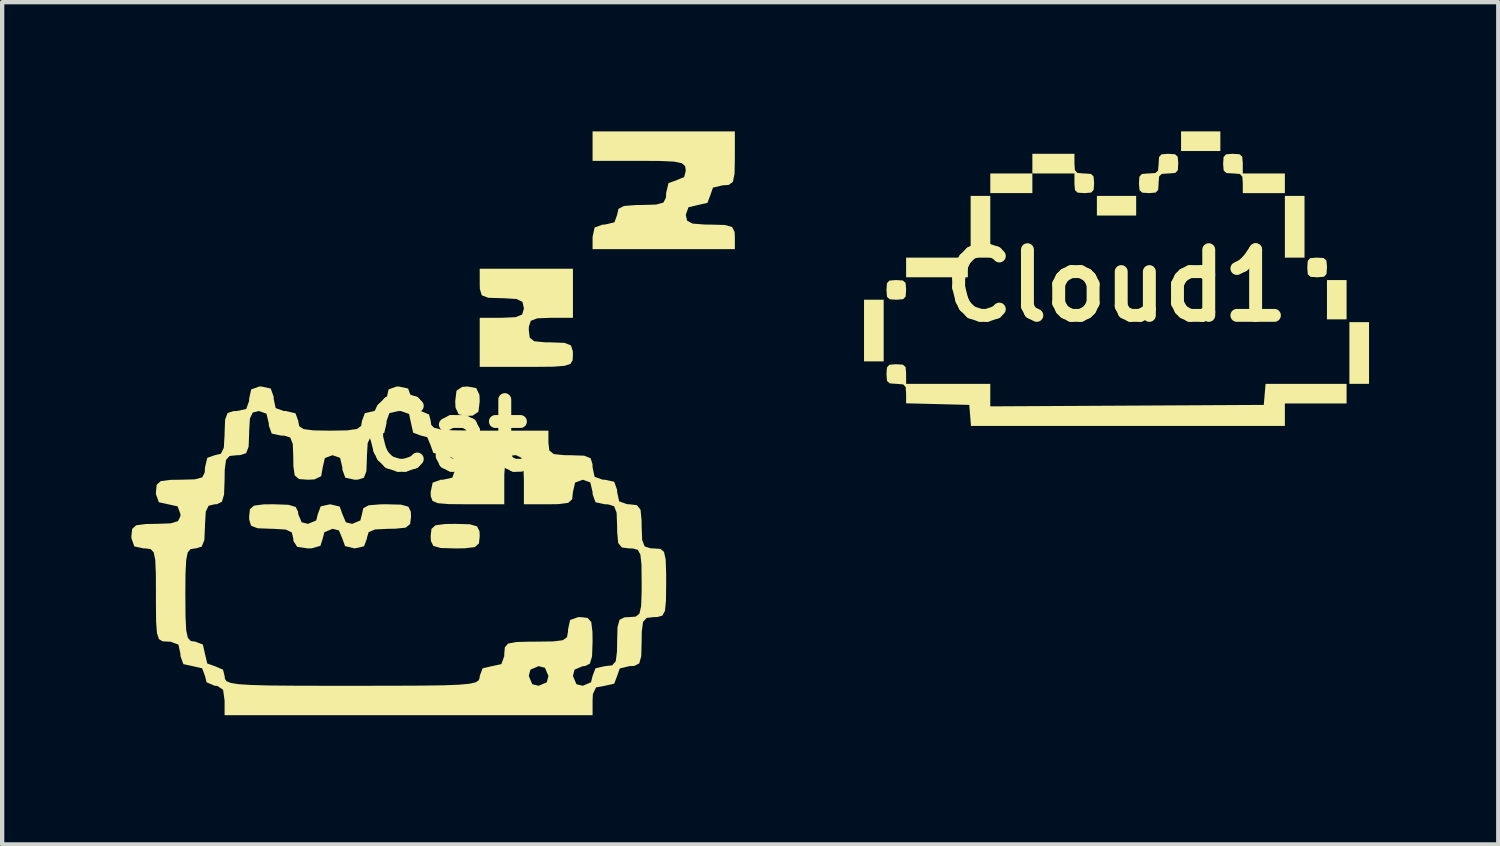
<source format=kicad_pcb>
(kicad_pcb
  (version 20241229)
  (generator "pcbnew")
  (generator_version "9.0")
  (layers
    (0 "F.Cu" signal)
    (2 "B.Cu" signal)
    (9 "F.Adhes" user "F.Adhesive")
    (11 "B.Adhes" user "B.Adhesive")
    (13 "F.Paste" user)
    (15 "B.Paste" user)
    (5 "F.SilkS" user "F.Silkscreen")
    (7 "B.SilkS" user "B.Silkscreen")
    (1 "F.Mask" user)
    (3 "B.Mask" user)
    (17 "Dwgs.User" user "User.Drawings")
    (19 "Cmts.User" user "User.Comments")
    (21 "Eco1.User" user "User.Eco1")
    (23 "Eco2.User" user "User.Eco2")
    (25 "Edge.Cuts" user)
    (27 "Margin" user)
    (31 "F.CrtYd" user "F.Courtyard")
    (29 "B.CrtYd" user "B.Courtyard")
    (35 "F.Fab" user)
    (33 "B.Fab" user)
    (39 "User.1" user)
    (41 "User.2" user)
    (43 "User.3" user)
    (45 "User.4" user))
  (footprint "Cat"
    (layer "F.Cu")
    (at 7.29 7.062)
    (property "Reference" "Cat" (at 0 0 0) (layer "F.SilkS") (effects (font (size 1.524 1.524) (thickness 0.3))))
    (attr board_only exclude_from_pos_files exclude_from_bom)
    (fp_poly (pts (xy 0.716 -1.102) (xy 0.791 -0.946) (xy 0.797 -0.797) (xy 0.767 -0.553) (xy 0.636 -0.464) (xy 0.513 -0.456) (xy 0.309 -0.492) (xy 0.235 -0.649) (xy 0.228 -0.797) (xy 0.258 -1.042) (xy 0.389 -1.131) (xy 0.513 -1.139)) (stroke (width 0) (type solid)) (fill yes) (layer "F.SilkS"))
    (fp_poly (pts (xy 0.566 2.059) (xy 0.734 2.107) (xy 0.792 2.221) (xy 0.797 2.335) (xy 0.779 2.504) (xy 0.685 2.588) (xy 0.456 2.617) (xy 0.228 2.62) (xy -0.11 2.61) (xy -0.279 2.563) (xy -0.336 2.449) (xy -0.342 2.335) (xy -0.323 2.166) (xy -0.229 2.082) (xy -0.001 2.053) (xy 0.228 2.05)) (stroke (width 0) (type solid)) (fill yes) (layer "F.SilkS"))
    (fp_poly (pts (xy 2.961 -2.734) (xy 2.449 -2.734) (xy 2.133 -2.722) (xy 1.983 -2.664) (xy 1.938 -2.526) (xy 1.936 -2.449) (xy 1.958 -2.273) (xy 2.062 -2.19) (xy 2.311 -2.165) (xy 2.449 -2.164) (xy 2.765 -2.152) (xy 2.915 -2.094) (xy 2.959 -1.956) (xy 2.961 -1.879) (xy 2.954 -1.747) (xy 2.903 -1.664) (xy 2.766 -1.619) (xy 2.5 -1.599) (xy 2.062 -1.595) (xy 1.879 -1.595) (xy 0.797 -1.595) (xy 0.797 -2.734) (xy 1.31 -2.734) (xy 1.63 -2.749) (xy 1.782 -2.81) (xy 1.822 -2.945) (xy 1.822 -2.961) (xy 1.789 -3.104) (xy 1.65 -3.171) (xy 1.347 -3.189) (xy 1.31 -3.189) (xy 0.995 -3.199) (xy 0.845 -3.256) (xy 0.8 -3.402) (xy 0.797 -3.531) (xy 0.797 -3.873) (xy 2.961 -3.873)) (stroke (width 0) (type solid)) (fill yes) (layer "F.SilkS"))
    (fp_poly (pts (xy 6.72 -6.435) (xy 6.713 -6.077) (xy 6.674 -5.89) (xy 6.578 -5.819) (xy 6.435 -5.809) (xy 6.212 -5.756) (xy 6.151 -5.581) (xy 6.084 -5.403) (xy 5.866 -5.353) (xy 5.643 -5.3) (xy 5.581 -5.126) (xy 5.611 -4.989) (xy 5.738 -4.921) (xy 6.019 -4.899) (xy 6.151 -4.898) (xy 6.489 -4.889) (xy 6.657 -4.841) (xy 6.715 -4.727) (xy 6.72 -4.613) (xy 6.72 -4.328) (xy 3.417 -4.328) (xy 3.417 -4.613) (xy 3.464 -4.83) (xy 3.649 -4.897) (xy 3.702 -4.898) (xy 3.925 -4.951) (xy 3.987 -5.126) (xy 4.017 -5.262) (xy 4.144 -5.33) (xy 4.424 -5.352) (xy 4.556 -5.353) (xy 4.894 -5.363) (xy 5.063 -5.41) (xy 5.12 -5.524) (xy 5.126 -5.638) (xy 5.179 -5.861) (xy 5.353 -5.923) (xy 5.544 -6.003) (xy 5.581 -6.151) (xy 5.565 -6.257) (xy 5.488 -6.323) (xy 5.307 -6.36) (xy 4.982 -6.375) (xy 4.499 -6.378) (xy 3.417 -6.378) (xy 3.417 -7.062) (xy 6.72 -7.062)) (stroke (width 0) (type solid)) (fill yes) (layer "F.SilkS"))
    (fp_poly (pts (xy -1.029 1.604) (xy -0.86 1.651) (xy -0.803 1.765) (xy -0.797 1.879) (xy -0.819 2.055) (xy -0.923 2.138) (xy -1.172 2.163) (xy -1.31 2.164) (xy -1.63 2.179) (xy -1.782 2.241) (xy -1.822 2.376) (xy -1.822 2.392) (xy -1.889 2.571) (xy -2.107 2.62) (xy -2.33 2.566) (xy -2.392 2.392) (xy -2.472 2.202) (xy -2.62 2.164) (xy -2.81 2.245) (xy -2.848 2.392) (xy -2.901 2.559) (xy -3.101 2.617) (xy -3.189 2.62) (xy -3.439 2.584) (xy -3.527 2.451) (xy -3.531 2.392) (xy -3.564 2.25) (xy -3.704 2.182) (xy -4.007 2.164) (xy -4.043 2.164) (xy -4.36 2.152) (xy -4.51 2.094) (xy -4.554 1.956) (xy -4.556 1.879) (xy -4.538 1.71) (xy -4.443 1.626) (xy -4.215 1.597) (xy -3.987 1.595) (xy -3.645 1.607) (xy -3.475 1.658) (xy -3.419 1.77) (xy -3.417 1.822) (xy -3.337 2.013) (xy -3.189 2.05) (xy -2.999 1.97) (xy -2.961 1.822) (xy -2.895 1.644) (xy -2.677 1.595) (xy -2.453 1.648) (xy -2.392 1.822) (xy -2.311 2.013) (xy -2.164 2.05) (xy -1.974 1.97) (xy -1.936 1.822) (xy -1.906 1.686) (xy -1.779 1.618) (xy -1.499 1.596) (xy -1.367 1.595)) (stroke (width 0) (type solid)) (fill yes) (layer "F.SilkS"))
    (fp_poly (pts (xy -0.865 -1.092) (xy -0.799 -0.907) (xy -0.797 -0.854) (xy -0.744 -0.631) (xy -0.57 -0.57) (xy -0.379 -0.489) (xy -0.342 -0.342) (xy -0.328 -0.246) (xy -0.263 -0.181) (xy -0.108 -0.142) (xy 0.175 -0.122) (xy 0.623 -0.115) (xy 1.025 -0.114) (xy 2.392 -0.114) (xy 2.392 0.171) (xy 2.413 0.347) (xy 2.518 0.43) (xy 2.766 0.455) (xy 2.904 0.456) (xy 3.221 0.467) (xy 3.371 0.525) (xy 3.415 0.664) (xy 3.417 0.74) (xy 3.464 0.957) (xy 3.649 1.024) (xy 3.702 1.025) (xy 3.919 1.072) (xy 3.985 1.257) (xy 3.987 1.31) (xy 4.034 1.527) (xy 4.219 1.593) (xy 4.271 1.595) (xy 4.447 1.616) (xy 4.53 1.72) (xy 4.555 1.969) (xy 4.556 2.107) (xy 4.568 2.423) (xy 4.626 2.573) (xy 4.764 2.618) (xy 4.841 2.62) (xy 4.99 2.631) (xy 5.075 2.7) (xy 5.114 2.874) (xy 5.125 3.204) (xy 5.126 3.417) (xy 5.121 3.834) (xy 5.097 4.072) (xy 5.035 4.182) (xy 4.917 4.213) (xy 4.841 4.214) (xy 4.672 4.233) (xy 4.588 4.327) (xy 4.559 4.555) (xy 4.556 4.784) (xy 4.547 5.122) (xy 4.5 5.29) (xy 4.386 5.348) (xy 4.271 5.353) (xy 4.048 5.407) (xy 3.987 5.581) (xy 3.92 5.76) (xy 3.702 5.809) (xy 3.498 5.846) (xy 3.424 6.002) (xy 3.417 6.151) (xy 3.417 6.492) (xy -5.126 6.492) (xy -5.126 6.151) (xy -5.161 5.901) (xy -5.295 5.812) (xy -5.353 5.809) (xy -5.544 5.728) (xy -5.581 5.581) (xy -5.648 5.403) (xy -5.866 5.353) (xy -6.083 5.306) (xy -6.149 5.121) (xy -6.151 5.069) (xy -6.198 4.852) (xy -6.383 4.785) (xy -6.435 4.784) (xy -6.567 4.776) (xy -6.651 4.725) (xy -6.696 4.588) (xy -6.716 4.322) (xy -6.72 3.885) (xy -6.72 3.702) (xy -6.037 3.702) (xy -6.033 4.205) (xy -6.017 4.522) (xy -5.979 4.696) (xy -5.911 4.769) (xy -5.809 4.784) (xy -5.63 4.851) (xy -5.581 5.069) (xy -5.528 5.292) (xy -5.353 5.353) (xy -5.163 5.434) (xy -5.126 5.581) (xy -5.118 5.65) (xy -5.079 5.704) (xy -4.982 5.743) (xy -4.801 5.772) (xy -4.512 5.79) (xy -4.087 5.802) (xy -3.502 5.807) (xy -2.73 5.809) (xy -2.164 5.809) (xy -1.267 5.808) (xy -0.573 5.805) (xy -0.054 5.798) (xy 0.313 5.784) (xy 0.557 5.762) (xy 0.701 5.729) (xy 0.772 5.684) (xy 0.795 5.625) (xy 0.797 5.581) (xy 1.936 5.581) (xy 2.017 5.772) (xy 2.164 5.809) (xy 2.354 5.728) (xy 2.392 5.581) (xy 2.311 5.391) (xy 2.164 5.353) (xy 1.974 5.434) (xy 1.936 5.581) (xy 0.797 5.581) (xy 0.864 5.403) (xy 1.082 5.353) (xy 1.299 5.306) (xy 1.366 5.121) (xy 1.367 5.069) (xy 1.38 4.916) (xy 1.453 4.83) (xy 1.638 4.793) (xy 1.986 4.784) (xy 2.107 4.784) (xy 2.505 4.779) (xy 2.727 4.751) (xy 2.824 4.68) (xy 2.847 4.546) (xy 2.848 4.499) (xy 2.895 4.282) (xy 3.08 4.216) (xy 3.132 4.214) (xy 3.301 4.233) (xy 3.386 4.327) (xy 3.414 4.555) (xy 3.417 4.784) (xy 3.405 5.125) (xy 3.354 5.296) (xy 3.242 5.351) (xy 3.189 5.353) (xy 2.999 5.434) (xy 2.961 5.581) (xy 3.042 5.772) (xy 3.189 5.809) (xy 3.38 5.728) (xy 3.417 5.581) (xy 3.484 5.403) (xy 3.702 5.353) (xy 3.871 5.335) (xy 3.955 5.241) (xy 3.984 5.012) (xy 3.987 4.784) (xy 3.996 4.446) (xy 4.043 4.277) (xy 4.157 4.22) (xy 4.271 4.214) (xy 4.42 4.203) (xy 4.505 4.134) (xy 4.544 3.96) (xy 4.556 3.63) (xy 4.556 3.417) (xy 4.552 3) (xy 4.527 2.762) (xy 4.465 2.652) (xy 4.347 2.621) (xy 4.271 2.62) (xy 4.096 2.598) (xy 4.012 2.494) (xy 3.988 2.245) (xy 3.987 2.107) (xy 3.975 1.791) (xy 3.917 1.641) (xy 3.779 1.597) (xy 3.702 1.595) (xy 3.485 1.548) (xy 3.418 1.362) (xy 3.417 1.31) (xy 3.364 1.087) (xy 3.189 1.025) (xy 3.011 1.092) (xy 2.961 1.31) (xy 2.943 1.479) (xy 2.849 1.563) (xy 2.62 1.592) (xy 2.392 1.595) (xy 1.822 1.595) (xy 1.822 1.025) (xy 1.81 0.684) (xy 1.76 0.513) (xy 1.647 0.458) (xy 1.595 0.456) (xy 1.458 0.486) (xy 1.39 0.613) (xy 1.368 0.893) (xy 1.367 1.025) (xy 1.367 1.595) (xy 0.513 1.595) (xy 0.078 1.591) (xy -0.177 1.57) (xy -0.3 1.515) (xy -0.339 1.41) (xy -0.342 1.31) (xy -0.295 1.093) (xy -0.109 1.026) (xy -0.057 1.025) (xy 0.16 0.978) (xy 0.227 0.793) (xy 0.228 0.74) (xy 0.181 0.524) (xy -0.004 0.457) (xy -0.057 0.456) (xy -0.28 0.402) (xy -0.342 0.228) (xy -0.422 0.037) (xy -0.57 0) (xy -0.748 -0.067) (xy -0.797 -0.285) (xy -0.844 -0.502) (xy -1.03 -0.568) (xy -1.082 -0.57) (xy -1.299 -0.522) (xy -1.366 -0.337) (xy -1.367 -0.285) (xy -1.42 -0.061) (xy -1.595 0) (xy -1.737 0.034) (xy -1.804 0.173) (xy -1.822 0.476) (xy -1.822 0.513) (xy -1.834 0.829) (xy -1.892 0.979) (xy -2.03 1.023) (xy -2.107 1.025) (xy -2.324 0.978) (xy -2.391 0.793) (xy -2.392 0.74) (xy -2.445 0.517) (xy -2.62 0.456) (xy -2.798 0.522) (xy -2.848 0.74) (xy -2.884 0.944) (xy -3.041 1.018) (xy -3.189 1.025) (xy -3.399 1.01) (xy -3.499 0.924) (xy -3.529 0.706) (xy -3.531 0.513) (xy -3.543 0.196) (xy -3.601 0.046) (xy -3.739 0.002) (xy -3.816 0) (xy -4.032 -0.047) (xy -4.099 -0.232) (xy -4.1 -0.285) (xy -4.154 -0.508) (xy -4.328 -0.57) (xy -4.471 -0.536) (xy -4.538 -0.397) (xy -4.556 -0.094) (xy -4.556 -0.057) (xy -4.568 0.259) (xy -4.626 0.409) (xy -4.764 0.454) (xy -4.841 0.456) (xy -5.01 0.474) (xy -5.094 0.568) (xy -5.123 0.797) (xy -5.126 1.025) (xy -5.138 1.367) (xy -5.188 1.537) (xy -5.301 1.592) (xy -5.353 1.595) (xy -5.496 1.628) (xy -5.563 1.767) (xy -5.581 2.07) (xy -5.581 2.107) (xy -5.596 2.427) (xy -5.658 2.579) (xy -5.793 2.62) (xy -5.809 2.62) (xy -5.915 2.636) (xy -5.982 2.713) (xy -6.018 2.894) (xy -6.034 3.219) (xy -6.037 3.702) (xy -6.72 3.702) (xy -6.722 3.201) (xy -6.736 2.884) (xy -6.772 2.711) (xy -6.842 2.637) (xy -6.957 2.62) (xy -7.005 2.62) (xy -7.222 2.573) (xy -7.288 2.387) (xy -7.29 2.335) (xy -7.271 2.166) (xy -7.177 2.082) (xy -6.949 2.053) (xy -6.72 2.05) (xy -6.379 2.038) (xy -6.208 1.987) (xy -6.153 1.875) (xy -6.151 1.822) (xy -6.217 1.644) (xy -6.435 1.595) (xy -6.652 1.548) (xy -6.719 1.362) (xy -6.72 1.31) (xy -6.702 1.141) (xy -6.607 1.057) (xy -6.379 1.028) (xy -6.151 1.025) (xy -5.813 1.016) (xy -5.644 0.969) (xy -5.587 0.855) (xy -5.581 0.74) (xy -5.528 0.517) (xy -5.353 0.456) (xy -5.211 0.422) (xy -5.144 0.283) (xy -5.126 -0.02) (xy -5.126 -0.057) (xy -5.114 -0.373) (xy -5.056 -0.523) (xy -4.918 -0.568) (xy -4.841 -0.57) (xy -4.624 -0.617) (xy -4.557 -0.802) (xy -4.556 -0.854) (xy -4.509 -1.071) (xy -4.324 -1.138) (xy -4.271 -1.139) (xy -4.055 -1.092) (xy -3.988 -0.907) (xy -3.987 -0.854) (xy -3.94 -0.638) (xy -3.754 -0.571) (xy -3.702 -0.57) (xy -3.479 -0.516) (xy -3.417 -0.342) (xy -3.394 -0.218) (xy -3.291 -0.15) (xy -3.058 -0.12) (xy -2.677 -0.114) (xy -2.276 -0.121) (xy -2.053 -0.153) (xy -1.956 -0.224) (xy -1.936 -0.342) (xy -1.87 -0.52) (xy -1.652 -0.57) (xy -1.435 -0.617) (xy -1.368 -0.802) (xy -1.367 -0.854) (xy -1.32 -1.071) (xy -1.135 -1.138) (xy -1.082 -1.139)) (stroke (width 0) (type solid)) (fill yes) (layer "F.SilkS")))
  (footprint "Cloud1"
    (layer "F.Cu")
    (at 22.871 3.582)
    (property "Reference" "Cloud1" (at 0 0 0) (layer "F.SilkS") (effects (font (size 1.524 1.524) (thickness 0.3))))
    (attr board_only exclude_from_pos_files exclude_from_bom)
    (fp_poly (pts (xy -5.406 1.758) (xy -5.862 1.758) (xy -5.862 0.326) (xy -5.406 0.326)) (stroke (width 0) (type solid)) (fill yes) (layer "F.SilkS"))
    (fp_poly (pts (xy -3.452 -0.195) (xy -4.885 -0.195) (xy -4.885 -0.651) (xy -3.452 -0.651)) (stroke (width 0) (type solid)) (fill yes) (layer "F.SilkS"))
    (fp_poly (pts (xy -2.931 -0.651) (xy -3.387 -0.651) (xy -3.387 -2.084) (xy -2.931 -2.084)) (stroke (width 0) (type solid)) (fill yes) (layer "F.SilkS"))
    (fp_poly (pts (xy -1.954 -2.149) (xy -2.931 -2.149) (xy -2.931 -2.605) (xy -1.954 -2.605)) (stroke (width 0) (type solid)) (fill yes) (layer "F.SilkS"))
    (fp_poly (pts (xy 0.456 -1.628) (xy -0.456 -1.628) (xy -0.456 -2.084) (xy 0.456 -2.084)) (stroke (width 0) (type solid)) (fill yes) (layer "F.SilkS"))
    (fp_poly (pts (xy 2.41 -3.126) (xy 1.498 -3.126) (xy 1.498 -3.582) (xy 2.41 -3.582)) (stroke (width 0) (type solid)) (fill yes) (layer "F.SilkS"))
    (fp_poly (pts (xy 4.364 -0.651) (xy 3.908 -0.651) (xy 3.908 -2.084) (xy 4.364 -2.084)) (stroke (width 0) (type solid)) (fill yes) (layer "F.SilkS"))
    (fp_poly (pts (xy 5.341 0.782) (xy 4.885 0.782) (xy 4.885 -0.13) (xy 5.341 -0.13)) (stroke (width 0) (type solid)) (fill yes) (layer "F.SilkS"))
    (fp_poly (pts (xy 5.862 2.279) (xy 5.406 2.279) (xy 5.406 0.847) (xy 5.862 0.847)) (stroke (width 0) (type solid)) (fill yes) (layer "F.SilkS"))
    (fp_poly (pts (xy -4.96 -0.12) (xy -4.897 -0.063) (xy -4.885 0.08) (xy -4.885 0.098) (xy -4.895 0.25) (xy -4.952 0.313) (xy -5.095 0.326) (xy -5.113 0.326) (xy -5.265 0.316) (xy -5.328 0.259) (xy -5.34 0.115) (xy -5.341 0.098) (xy -5.33 -0.055) (xy -5.274 -0.118) (xy -5.13 -0.13) (xy -5.113 -0.13)) (stroke (width 0) (type solid)) (fill yes) (layer "F.SilkS"))
    (fp_poly (pts (xy 4.809 -0.641) (xy 4.872 -0.584) (xy 4.885 -0.441) (xy 4.885 -0.423) (xy 4.875 -0.271) (xy 4.818 -0.208) (xy 4.674 -0.195) (xy 4.657 -0.195) (xy 4.504 -0.205) (xy 4.441 -0.262) (xy 4.429 -0.406) (xy 4.429 -0.423) (xy 4.439 -0.576) (xy 4.496 -0.639) (xy 4.639 -0.651) (xy 4.657 -0.651)) (stroke (width 0) (type solid)) (fill yes) (layer "F.SilkS"))
    (fp_poly (pts (xy -1.954 -3.061) (xy -0.977 -3.061) (xy -0.977 -2.833) (xy -0.967 -2.68) (xy -0.91 -2.618) (xy -0.766 -2.605) (xy -0.749 -2.605) (xy -0.596 -2.595) (xy -0.534 -2.538) (xy -0.521 -2.395) (xy -0.521 -2.377) (xy -0.531 -2.224) (xy -0.588 -2.162) (xy -0.732 -2.149) (xy -0.749 -2.149) (xy -0.902 -2.159) (xy -0.964 -2.216) (xy -0.977 -2.36) (xy -0.977 -2.377) (xy -0.977 -2.605) (xy -1.954 -2.605)) (stroke (width 0) (type solid)) (fill yes) (layer "F.SilkS"))
    (fp_poly (pts (xy 2.856 -3.051) (xy 2.918 -2.994) (xy 2.931 -2.85) (xy 2.931 -2.833) (xy 2.931 -2.605) (xy 3.908 -2.605) (xy 3.908 -2.149) (xy 2.931 -2.149) (xy 2.931 -2.377) (xy 2.921 -2.53) (xy 2.864 -2.593) (xy 2.72 -2.605) (xy 2.703 -2.605) (xy 2.55 -2.615) (xy 2.487 -2.672) (xy 2.475 -2.816) (xy 2.475 -2.833) (xy 2.485 -2.986) (xy 2.542 -3.049) (xy 2.685 -3.061) (xy 2.703 -3.061)) (stroke (width 0) (type solid)) (fill yes) (layer "F.SilkS"))
    (fp_poly (pts (xy -4.96 1.834) (xy -4.897 1.891) (xy -4.885 2.034) (xy -4.885 2.052) (xy -4.885 2.279) (xy -2.931 2.279) (xy -2.931 2.802) (xy 0.244 2.785) (xy 3.419 2.768) (xy 3.439 2.524) (xy 3.46 2.279) (xy 5.341 2.279) (xy 5.341 2.735) (xy 3.908 2.735) (xy 3.908 3.256) (xy -3.379 3.256) (xy -3.399 3.012) (xy -3.419 2.768) (xy -4.885 2.731) (xy -4.885 2.505) (xy -4.895 2.354) (xy -4.952 2.292) (xy -5.096 2.28) (xy -5.113 2.279) (xy -5.265 2.269) (xy -5.328 2.213) (xy -5.34 2.069) (xy -5.341 2.052) (xy -5.33 1.899) (xy -5.274 1.836) (xy -5.13 1.824) (xy -5.113 1.824)) (stroke (width 0) (type solid)) (fill yes) (layer "F.SilkS"))
    (fp_poly (pts (xy 1.358 -3.051) (xy 1.42 -2.994) (xy 1.433 -2.85) (xy 1.433 -2.833) (xy 1.423 -2.68) (xy 1.366 -2.618) (xy 1.222 -2.605) (xy 1.205 -2.605) (xy 1.052 -2.595) (xy 0.989 -2.538) (xy 0.977 -2.395) (xy 0.977 -2.377) (xy 0.967 -2.224) (xy 0.91 -2.162) (xy 0.766 -2.149) (xy 0.749 -2.149) (xy 0.596 -2.159) (xy 0.534 -2.216) (xy 0.521 -2.36) (xy 0.521 -2.377) (xy 0.531 -2.53) (xy 0.588 -2.593) (xy 0.732 -2.605) (xy 0.749 -2.605) (xy 0.902 -2.615) (xy 0.964 -2.672) (xy 0.977 -2.816) (xy 0.977 -2.833) (xy 0.987 -2.986) (xy 1.044 -3.049) (xy 1.188 -3.061) (xy 1.205 -3.061)) (stroke (width 0) (type solid)) (fill yes) (layer "F.SilkS")))
  (gr_rect
    (start -3 -3)
    (end 31.733 16.554)
    (stroke (width 0.1) (type default))
    (fill no)
    (layer "Edge.Cuts")))
</source>
